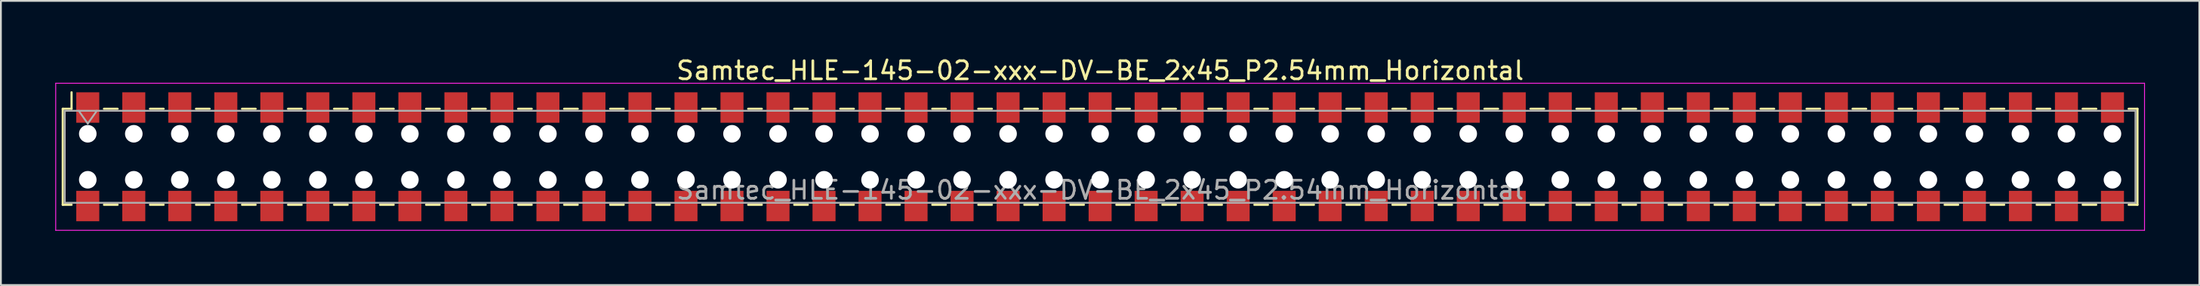
<source format=kicad_pcb>
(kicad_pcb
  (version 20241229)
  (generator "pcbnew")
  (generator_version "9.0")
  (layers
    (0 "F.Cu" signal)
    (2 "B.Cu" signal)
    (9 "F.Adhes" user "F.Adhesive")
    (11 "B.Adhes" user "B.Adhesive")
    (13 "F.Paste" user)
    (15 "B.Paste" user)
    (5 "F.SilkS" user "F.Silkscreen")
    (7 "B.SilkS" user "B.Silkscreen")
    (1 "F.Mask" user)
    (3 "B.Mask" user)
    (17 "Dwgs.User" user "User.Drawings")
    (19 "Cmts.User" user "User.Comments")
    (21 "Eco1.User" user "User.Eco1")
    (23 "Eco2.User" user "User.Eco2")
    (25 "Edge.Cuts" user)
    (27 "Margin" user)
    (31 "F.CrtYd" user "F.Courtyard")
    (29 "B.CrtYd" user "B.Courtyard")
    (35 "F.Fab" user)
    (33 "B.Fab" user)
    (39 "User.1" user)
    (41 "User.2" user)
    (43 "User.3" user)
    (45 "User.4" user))
  (footprint "Samtec_HLE-145-02-xxx-DV-BE_2x45_P2.54mm_Horizontal"
    (layer "F.Cu")
    (at 57.675 5.608)
    (property "Reference" "Samtec_HLE-145-02-xxx-DV-BE_2x45_P2.54mm_Horizontal" (at 0 -4.76 0) (layer "F.SilkS") (effects (font (size 1 1) (thickness 0.15))))
    (attr smd)
    (fp_line (start -57.26 -2.65) (end -57.26 2.65) (stroke (width 0.12) (type solid)) (layer "F.SilkS"))
    (fp_line (start -57.26 2.65) (end -56.775 2.65) (stroke (width 0.12) (type solid)) (layer "F.SilkS"))
    (fp_line (start -56.775 -3.56) (end -56.775 -2.65) (stroke (width 0.12) (type solid)) (layer "F.SilkS"))
    (fp_line (start -56.775 -2.65) (end -57.26 -2.65) (stroke (width 0.12) (type solid)) (layer "F.SilkS"))
    (fp_line (start -54.985 -2.65) (end -54.235 -2.65) (stroke (width 0.12) (type solid)) (layer "F.SilkS"))
    (fp_line (start -54.985 2.65) (end -54.235 2.65) (stroke (width 0.12) (type solid)) (layer "F.SilkS"))
    (fp_line (start -52.445 -2.65) (end -51.695 -2.65) (stroke (width 0.12) (type solid)) (layer "F.SilkS"))
    (fp_line (start -52.445 2.65) (end -51.695 2.65) (stroke (width 0.12) (type solid)) (layer "F.SilkS"))
    (fp_line (start -49.905 -2.65) (end -49.155 -2.65) (stroke (width 0.12) (type solid)) (layer "F.SilkS"))
    (fp_line (start -49.905 2.65) (end -49.155 2.65) (stroke (width 0.12) (type solid)) (layer "F.SilkS"))
    (fp_line (start -47.365 -2.65) (end -46.615 -2.65) (stroke (width 0.12) (type solid)) (layer "F.SilkS"))
    (fp_line (start -47.365 2.65) (end -46.615 2.65) (stroke (width 0.12) (type solid)) (layer "F.SilkS"))
    (fp_line (start -44.825 -2.65) (end -44.075 -2.65) (stroke (width 0.12) (type solid)) (layer "F.SilkS"))
    (fp_line (start -44.825 2.65) (end -44.075 2.65) (stroke (width 0.12) (type solid)) (layer "F.SilkS"))
    (fp_line (start -42.285 -2.65) (end -41.535 -2.65) (stroke (width 0.12) (type solid)) (layer "F.SilkS"))
    (fp_line (start -42.285 2.65) (end -41.535 2.65) (stroke (width 0.12) (type solid)) (layer "F.SilkS"))
    (fp_line (start -39.745 -2.65) (end -38.995 -2.65) (stroke (width 0.12) (type solid)) (layer "F.SilkS"))
    (fp_line (start -39.745 2.65) (end -38.995 2.65) (stroke (width 0.12) (type solid)) (layer "F.SilkS"))
    (fp_line (start -37.205 -2.65) (end -36.455 -2.65) (stroke (width 0.12) (type solid)) (layer "F.SilkS"))
    (fp_line (start -37.205 2.65) (end -36.455 2.65) (stroke (width 0.12) (type solid)) (layer "F.SilkS"))
    (fp_line (start -34.665 -2.65) (end -33.915 -2.65) (stroke (width 0.12) (type solid)) (layer "F.SilkS"))
    (fp_line (start -34.665 2.65) (end -33.915 2.65) (stroke (width 0.12) (type solid)) (layer "F.SilkS"))
    (fp_line (start -32.125 -2.65) (end -31.375 -2.65) (stroke (width 0.12) (type solid)) (layer "F.SilkS"))
    (fp_line (start -32.125 2.65) (end -31.375 2.65) (stroke (width 0.12) (type solid)) (layer "F.SilkS"))
    (fp_line (start -29.585 -2.65) (end -28.835 -2.65) (stroke (width 0.12) (type solid)) (layer "F.SilkS"))
    (fp_line (start -29.585 2.65) (end -28.835 2.65) (stroke (width 0.12) (type solid)) (layer "F.SilkS"))
    (fp_line (start -27.045 -2.65) (end -26.295 -2.65) (stroke (width 0.12) (type solid)) (layer "F.SilkS"))
    (fp_line (start -27.045 2.65) (end -26.295 2.65) (stroke (width 0.12) (type solid)) (layer "F.SilkS"))
    (fp_line (start -24.505 -2.65) (end -23.755 -2.65) (stroke (width 0.12) (type solid)) (layer "F.SilkS"))
    (fp_line (start -24.505 2.65) (end -23.755 2.65) (stroke (width 0.12) (type solid)) (layer "F.SilkS"))
    (fp_line (start -21.965 -2.65) (end -21.215 -2.65) (stroke (width 0.12) (type solid)) (layer "F.SilkS"))
    (fp_line (start -21.965 2.65) (end -21.215 2.65) (stroke (width 0.12) (type solid)) (layer "F.SilkS"))
    (fp_line (start -19.425 -2.65) (end -18.675 -2.65) (stroke (width 0.12) (type solid)) (layer "F.SilkS"))
    (fp_line (start -19.425 2.65) (end -18.675 2.65) (stroke (width 0.12) (type solid)) (layer "F.SilkS"))
    (fp_line (start -16.885 -2.65) (end -16.135 -2.65) (stroke (width 0.12) (type solid)) (layer "F.SilkS"))
    (fp_line (start -16.885 2.65) (end -16.135 2.65) (stroke (width 0.12) (type solid)) (layer "F.SilkS"))
    (fp_line (start -14.345 -2.65) (end -13.595 -2.65) (stroke (width 0.12) (type solid)) (layer "F.SilkS"))
    (fp_line (start -14.345 2.65) (end -13.595 2.65) (stroke (width 0.12) (type solid)) (layer "F.SilkS"))
    (fp_line (start -11.805 -2.65) (end -11.055 -2.65) (stroke (width 0.12) (type solid)) (layer "F.SilkS"))
    (fp_line (start -11.805 2.65) (end -11.055 2.65) (stroke (width 0.12) (type solid)) (layer "F.SilkS"))
    (fp_line (start -9.265 -2.65) (end -8.515 -2.65) (stroke (width 0.12) (type solid)) (layer "F.SilkS"))
    (fp_line (start -9.265 2.65) (end -8.515 2.65) (stroke (width 0.12) (type solid)) (layer "F.SilkS"))
    (fp_line (start -6.725 -2.65) (end -5.975 -2.65) (stroke (width 0.12) (type solid)) (layer "F.SilkS"))
    (fp_line (start -6.725 2.65) (end -5.975 2.65) (stroke (width 0.12) (type solid)) (layer "F.SilkS"))
    (fp_line (start -4.185 -2.65) (end -3.435 -2.65) (stroke (width 0.12) (type solid)) (layer "F.SilkS"))
    (fp_line (start -4.185 2.65) (end -3.435 2.65) (stroke (width 0.12) (type solid)) (layer "F.SilkS"))
    (fp_line (start -1.645 -2.65) (end -0.895 -2.65) (stroke (width 0.12) (type solid)) (layer "F.SilkS"))
    (fp_line (start -1.645 2.65) (end -0.895 2.65) (stroke (width 0.12) (type solid)) (layer "F.SilkS"))
    (fp_line (start 0.895 -2.65) (end 1.645 -2.65) (stroke (width 0.12) (type solid)) (layer "F.SilkS"))
    (fp_line (start 0.895 2.65) (end 1.645 2.65) (stroke (width 0.12) (type solid)) (layer "F.SilkS"))
    (fp_line (start 3.435 -2.65) (end 4.185 -2.65) (stroke (width 0.12) (type solid)) (layer "F.SilkS"))
    (fp_line (start 3.435 2.65) (end 4.185 2.65) (stroke (width 0.12) (type solid)) (layer "F.SilkS"))
    (fp_line (start 5.975 -2.65) (end 6.725 -2.65) (stroke (width 0.12) (type solid)) (layer "F.SilkS"))
    (fp_line (start 5.975 2.65) (end 6.725 2.65) (stroke (width 0.12) (type solid)) (layer "F.SilkS"))
    (fp_line (start 8.515 -2.65) (end 9.265 -2.65) (stroke (width 0.12) (type solid)) (layer "F.SilkS"))
    (fp_line (start 8.515 2.65) (end 9.265 2.65) (stroke (width 0.12) (type solid)) (layer "F.SilkS"))
    (fp_line (start 11.055 -2.65) (end 11.805 -2.65) (stroke (width 0.12) (type solid)) (layer "F.SilkS"))
    (fp_line (start 11.055 2.65) (end 11.805 2.65) (stroke (width 0.12) (type solid)) (layer "F.SilkS"))
    (fp_line (start 13.595 -2.65) (end 14.345 -2.65) (stroke (width 0.12) (type solid)) (layer "F.SilkS"))
    (fp_line (start 13.595 2.65) (end 14.345 2.65) (stroke (width 0.12) (type solid)) (layer "F.SilkS"))
    (fp_line (start 16.135 -2.65) (end 16.885 -2.65) (stroke (width 0.12) (type solid)) (layer "F.SilkS"))
    (fp_line (start 16.135 2.65) (end 16.885 2.65) (stroke (width 0.12) (type solid)) (layer "F.SilkS"))
    (fp_line (start 18.675 -2.65) (end 19.425 -2.65) (stroke (width 0.12) (type solid)) (layer "F.SilkS"))
    (fp_line (start 18.675 2.65) (end 19.425 2.65) (stroke (width 0.12) (type solid)) (layer "F.SilkS"))
    (fp_line (start 21.215 -2.65) (end 21.965 -2.65) (stroke (width 0.12) (type solid)) (layer "F.SilkS"))
    (fp_line (start 21.215 2.65) (end 21.965 2.65) (stroke (width 0.12) (type solid)) (layer "F.SilkS"))
    (fp_line (start 23.755 -2.65) (end 24.505 -2.65) (stroke (width 0.12) (type solid)) (layer "F.SilkS"))
    (fp_line (start 23.755 2.65) (end 24.505 2.65) (stroke (width 0.12) (type solid)) (layer "F.SilkS"))
    (fp_line (start 26.295 -2.65) (end 27.045 -2.65) (stroke (width 0.12) (type solid)) (layer "F.SilkS"))
    (fp_line (start 26.295 2.65) (end 27.045 2.65) (stroke (width 0.12) (type solid)) (layer "F.SilkS"))
    (fp_line (start 28.835 -2.65) (end 29.585 -2.65) (stroke (width 0.12) (type solid)) (layer "F.SilkS"))
    (fp_line (start 28.835 2.65) (end 29.585 2.65) (stroke (width 0.12) (type solid)) (layer "F.SilkS"))
    (fp_line (start 31.375 -2.65) (end 32.125 -2.65) (stroke (width 0.12) (type solid)) (layer "F.SilkS"))
    (fp_line (start 31.375 2.65) (end 32.125 2.65) (stroke (width 0.12) (type solid)) (layer "F.SilkS"))
    (fp_line (start 33.915 -2.65) (end 34.665 -2.65) (stroke (width 0.12) (type solid)) (layer "F.SilkS"))
    (fp_line (start 33.915 2.65) (end 34.665 2.65) (stroke (width 0.12) (type solid)) (layer "F.SilkS"))
    (fp_line (start 36.455 -2.65) (end 37.205 -2.65) (stroke (width 0.12) (type solid)) (layer "F.SilkS"))
    (fp_line (start 36.455 2.65) (end 37.205 2.65) (stroke (width 0.12) (type solid)) (layer "F.SilkS"))
    (fp_line (start 38.995 -2.65) (end 39.745 -2.65) (stroke (width 0.12) (type solid)) (layer "F.SilkS"))
    (fp_line (start 38.995 2.65) (end 39.745 2.65) (stroke (width 0.12) (type solid)) (layer "F.SilkS"))
    (fp_line (start 41.535 -2.65) (end 42.285 -2.65) (stroke (width 0.12) (type solid)) (layer "F.SilkS"))
    (fp_line (start 41.535 2.65) (end 42.285 2.65) (stroke (width 0.12) (type solid)) (layer "F.SilkS"))
    (fp_line (start 44.075 -2.65) (end 44.825 -2.65) (stroke (width 0.12) (type solid)) (layer "F.SilkS"))
    (fp_line (start 44.075 2.65) (end 44.825 2.65) (stroke (width 0.12) (type solid)) (layer "F.SilkS"))
    (fp_line (start 46.615 -2.65) (end 47.365 -2.65) (stroke (width 0.12) (type solid)) (layer "F.SilkS"))
    (fp_line (start 46.615 2.65) (end 47.365 2.65) (stroke (width 0.12) (type solid)) (layer "F.SilkS"))
    (fp_line (start 49.155 -2.65) (end 49.905 -2.65) (stroke (width 0.12) (type solid)) (layer "F.SilkS"))
    (fp_line (start 49.155 2.65) (end 49.905 2.65) (stroke (width 0.12) (type solid)) (layer "F.SilkS"))
    (fp_line (start 51.695 -2.65) (end 52.445 -2.65) (stroke (width 0.12) (type solid)) (layer "F.SilkS"))
    (fp_line (start 51.695 2.65) (end 52.445 2.65) (stroke (width 0.12) (type solid)) (layer "F.SilkS"))
    (fp_line (start 54.235 -2.65) (end 54.985 -2.65) (stroke (width 0.12) (type solid)) (layer "F.SilkS"))
    (fp_line (start 54.235 2.65) (end 54.985 2.65) (stroke (width 0.12) (type solid)) (layer "F.SilkS"))
    (fp_line (start 56.775 -2.65) (end 57.26 -2.65) (stroke (width 0.12) (type solid)) (layer "F.SilkS"))
    (fp_line (start 57.26 -2.65) (end 57.26 2.65) (stroke (width 0.12) (type solid)) (layer "F.SilkS"))
    (fp_line (start 57.26 2.65) (end 56.775 2.65) (stroke (width 0.12) (type solid)) (layer "F.SilkS"))
    (fp_line (start -57.65 -4.06) (end 57.65 -4.06) (stroke (width 0.05) (type solid)) (layer "F.CrtYd"))
    (fp_line (start -57.65 4.06) (end -57.65 -4.06) (stroke (width 0.05) (type solid)) (layer "F.CrtYd"))
    (fp_line (start 57.65 -4.06) (end 57.65 4.06) (stroke (width 0.05) (type solid)) (layer "F.CrtYd"))
    (fp_line (start 57.65 4.06) (end -57.65 4.06) (stroke (width 0.05) (type solid)) (layer "F.CrtYd"))
    (fp_line (start -57.15 -2.54) (end 57.15 -2.54) (stroke (width 0.1) (type solid)) (layer "F.Fab"))
    (fp_line (start -57.15 2.54) (end -57.15 -2.54) (stroke (width 0.1) (type solid)) (layer "F.Fab"))
    (fp_line (start -56.38 -2.54) (end -55.88 -1.833) (stroke (width 0.1) (type solid)) (layer "F.Fab"))
    (fp_line (start -55.88 -1.833) (end -55.38 -2.54) (stroke (width 0.1) (type solid)) (layer "F.Fab"))
    (fp_line (start 57.15 -2.54) (end 57.15 2.54) (stroke (width 0.1) (type solid)) (layer "F.Fab"))
    (fp_line (start 57.15 2.54) (end -57.15 2.54) (stroke (width 0.1) (type solid)) (layer "F.Fab"))
    (fp_text user "${REFERENCE}" (at 0 1.84 0) (layer "F.Fab") (effects (font (size 1 1) (thickness 0.15))))
    (pad "" np_thru_hole circle (at -55.88 -1.27) (size 0.97 0.97) (drill 0.97) (layers "*.Cu" "*.Mask"))
    (pad "" np_thru_hole circle (at -55.88 1.27) (size 0.97 0.97) (drill 0.97) (layers "*.Cu" "*.Mask"))
    (pad "" np_thru_hole circle (at -53.34 -1.27) (size 0.97 0.97) (drill 0.97) (layers "*.Cu" "*.Mask"))
    (pad "" np_thru_hole circle (at -53.34 1.27) (size 0.97 0.97) (drill 0.97) (layers "*.Cu" "*.Mask"))
    (pad "" np_thru_hole circle (at -50.8 -1.27) (size 0.97 0.97) (drill 0.97) (layers "*.Cu" "*.Mask"))
    (pad "" np_thru_hole circle (at -50.8 1.27) (size 0.97 0.97) (drill 0.97) (layers "*.Cu" "*.Mask"))
    (pad "" np_thru_hole circle (at -48.26 -1.27) (size 0.97 0.97) (drill 0.97) (layers "*.Cu" "*.Mask"))
    (pad "" np_thru_hole circle (at -48.26 1.27) (size 0.97 0.97) (drill 0.97) (layers "*.Cu" "*.Mask"))
    (pad "" np_thru_hole circle (at -45.72 -1.27) (size 0.97 0.97) (drill 0.97) (layers "*.Cu" "*.Mask"))
    (pad "" np_thru_hole circle (at -45.72 1.27) (size 0.97 0.97) (drill 0.97) (layers "*.Cu" "*.Mask"))
    (pad "" np_thru_hole circle (at -43.18 -1.27) (size 0.97 0.97) (drill 0.97) (layers "*.Cu" "*.Mask"))
    (pad "" np_thru_hole circle (at -43.18 1.27) (size 0.97 0.97) (drill 0.97) (layers "*.Cu" "*.Mask"))
    (pad "" np_thru_hole circle (at -40.64 -1.27) (size 0.97 0.97) (drill 0.97) (layers "*.Cu" "*.Mask"))
    (pad "" np_thru_hole circle (at -40.64 1.27) (size 0.97 0.97) (drill 0.97) (layers "*.Cu" "*.Mask"))
    (pad "" np_thru_hole circle (at -38.1 -1.27) (size 0.97 0.97) (drill 0.97) (layers "*.Cu" "*.Mask"))
    (pad "" np_thru_hole circle (at -38.1 1.27) (size 0.97 0.97) (drill 0.97) (layers "*.Cu" "*.Mask"))
    (pad "" np_thru_hole circle (at -35.56 -1.27) (size 0.97 0.97) (drill 0.97) (layers "*.Cu" "*.Mask"))
    (pad "" np_thru_hole circle (at -35.56 1.27) (size 0.97 0.97) (drill 0.97) (layers "*.Cu" "*.Mask"))
    (pad "" np_thru_hole circle (at -33.02 -1.27) (size 0.97 0.97) (drill 0.97) (layers "*.Cu" "*.Mask"))
    (pad "" np_thru_hole circle (at -33.02 1.27) (size 0.97 0.97) (drill 0.97) (layers "*.Cu" "*.Mask"))
    (pad "" np_thru_hole circle (at -30.48 -1.27) (size 0.97 0.97) (drill 0.97) (layers "*.Cu" "*.Mask"))
    (pad "" np_thru_hole circle (at -30.48 1.27) (size 0.97 0.97) (drill 0.97) (layers "*.Cu" "*.Mask"))
    (pad "" np_thru_hole circle (at -27.94 -1.27) (size 0.97 0.97) (drill 0.97) (layers "*.Cu" "*.Mask"))
    (pad "" np_thru_hole circle (at -27.94 1.27) (size 0.97 0.97) (drill 0.97) (layers "*.Cu" "*.Mask"))
    (pad "" np_thru_hole circle (at -25.4 -1.27) (size 0.97 0.97) (drill 0.97) (layers "*.Cu" "*.Mask"))
    (pad "" np_thru_hole circle (at -25.4 1.27) (size 0.97 0.97) (drill 0.97) (layers "*.Cu" "*.Mask"))
    (pad "" np_thru_hole circle (at -22.86 -1.27) (size 0.97 0.97) (drill 0.97) (layers "*.Cu" "*.Mask"))
    (pad "" np_thru_hole circle (at -22.86 1.27) (size 0.97 0.97) (drill 0.97) (layers "*.Cu" "*.Mask"))
    (pad "" np_thru_hole circle (at -20.32 -1.27) (size 0.97 0.97) (drill 0.97) (layers "*.Cu" "*.Mask"))
    (pad "" np_thru_hole circle (at -20.32 1.27) (size 0.97 0.97) (drill 0.97) (layers "*.Cu" "*.Mask"))
    (pad "" np_thru_hole circle (at -17.78 -1.27) (size 0.97 0.97) (drill 0.97) (layers "*.Cu" "*.Mask"))
    (pad "" np_thru_hole circle (at -17.78 1.27) (size 0.97 0.97) (drill 0.97) (layers "*.Cu" "*.Mask"))
    (pad "" np_thru_hole circle (at -15.24 -1.27) (size 0.97 0.97) (drill 0.97) (layers "*.Cu" "*.Mask"))
    (pad "" np_thru_hole circle (at -15.24 1.27) (size 0.97 0.97) (drill 0.97) (layers "*.Cu" "*.Mask"))
    (pad "" np_thru_hole circle (at -12.7 -1.27) (size 0.97 0.97) (drill 0.97) (layers "*.Cu" "*.Mask"))
    (pad "" np_thru_hole circle (at -12.7 1.27) (size 0.97 0.97) (drill 0.97) (layers "*.Cu" "*.Mask"))
    (pad "" np_thru_hole circle (at -10.16 -1.27) (size 0.97 0.97) (drill 0.97) (layers "*.Cu" "*.Mask"))
    (pad "" np_thru_hole circle (at -10.16 1.27) (size 0.97 0.97) (drill 0.97) (layers "*.Cu" "*.Mask"))
    (pad "" np_thru_hole circle (at -7.62 -1.27) (size 0.97 0.97) (drill 0.97) (layers "*.Cu" "*.Mask"))
    (pad "" np_thru_hole circle (at -7.62 1.27) (size 0.97 0.97) (drill 0.97) (layers "*.Cu" "*.Mask"))
    (pad "" np_thru_hole circle (at -5.08 -1.27) (size 0.97 0.97) (drill 0.97) (layers "*.Cu" "*.Mask"))
    (pad "" np_thru_hole circle (at -5.08 1.27) (size 0.97 0.97) (drill 0.97) (layers "*.Cu" "*.Mask"))
    (pad "" np_thru_hole circle (at -2.54 -1.27) (size 0.97 0.97) (drill 0.97) (layers "*.Cu" "*.Mask"))
    (pad "" np_thru_hole circle (at -2.54 1.27) (size 0.97 0.97) (drill 0.97) (layers "*.Cu" "*.Mask"))
    (pad "" np_thru_hole circle (at 0 -1.27) (size 0.97 0.97) (drill 0.97) (layers "*.Cu" "*.Mask"))
    (pad "" np_thru_hole circle (at 0 1.27) (size 0.97 0.97) (drill 0.97) (layers "*.Cu" "*.Mask"))
    (pad "" np_thru_hole circle (at 2.54 -1.27) (size 0.97 0.97) (drill 0.97) (layers "*.Cu" "*.Mask"))
    (pad "" np_thru_hole circle (at 2.54 1.27) (size 0.97 0.97) (drill 0.97) (layers "*.Cu" "*.Mask"))
    (pad "" np_thru_hole circle (at 5.08 -1.27) (size 0.97 0.97) (drill 0.97) (layers "*.Cu" "*.Mask"))
    (pad "" np_thru_hole circle (at 5.08 1.27) (size 0.97 0.97) (drill 0.97) (layers "*.Cu" "*.Mask"))
    (pad "" np_thru_hole circle (at 7.62 -1.27) (size 0.97 0.97) (drill 0.97) (layers "*.Cu" "*.Mask"))
    (pad "" np_thru_hole circle (at 7.62 1.27) (size 0.97 0.97) (drill 0.97) (layers "*.Cu" "*.Mask"))
    (pad "" np_thru_hole circle (at 10.16 -1.27) (size 0.97 0.97) (drill 0.97) (layers "*.Cu" "*.Mask"))
    (pad "" np_thru_hole circle (at 10.16 1.27) (size 0.97 0.97) (drill 0.97) (layers "*.Cu" "*.Mask"))
    (pad "" np_thru_hole circle (at 12.7 -1.27) (size 0.97 0.97) (drill 0.97) (layers "*.Cu" "*.Mask"))
    (pad "" np_thru_hole circle (at 12.7 1.27) (size 0.97 0.97) (drill 0.97) (layers "*.Cu" "*.Mask"))
    (pad "" np_thru_hole circle (at 15.24 -1.27) (size 0.97 0.97) (drill 0.97) (layers "*.Cu" "*.Mask"))
    (pad "" np_thru_hole circle (at 15.24 1.27) (size 0.97 0.97) (drill 0.97) (layers "*.Cu" "*.Mask"))
    (pad "" np_thru_hole circle (at 17.78 -1.27) (size 0.97 0.97) (drill 0.97) (layers "*.Cu" "*.Mask"))
    (pad "" np_thru_hole circle (at 17.78 1.27) (size 0.97 0.97) (drill 0.97) (layers "*.Cu" "*.Mask"))
    (pad "" np_thru_hole circle (at 20.32 -1.27) (size 0.97 0.97) (drill 0.97) (layers "*.Cu" "*.Mask"))
    (pad "" np_thru_hole circle (at 20.32 1.27) (size 0.97 0.97) (drill 0.97) (layers "*.Cu" "*.Mask"))
    (pad "" np_thru_hole circle (at 22.86 -1.27) (size 0.97 0.97) (drill 0.97) (layers "*.Cu" "*.Mask"))
    (pad "" np_thru_hole circle (at 22.86 1.27) (size 0.97 0.97) (drill 0.97) (layers "*.Cu" "*.Mask"))
    (pad "" np_thru_hole circle (at 25.4 -1.27) (size 0.97 0.97) (drill 0.97) (layers "*.Cu" "*.Mask"))
    (pad "" np_thru_hole circle (at 25.4 1.27) (size 0.97 0.97) (drill 0.97) (layers "*.Cu" "*.Mask"))
    (pad "" np_thru_hole circle (at 27.94 -1.27) (size 0.97 0.97) (drill 0.97) (layers "*.Cu" "*.Mask"))
    (pad "" np_thru_hole circle (at 27.94 1.27) (size 0.97 0.97) (drill 0.97) (layers "*.Cu" "*.Mask"))
    (pad "" np_thru_hole circle (at 30.48 -1.27) (size 0.97 0.97) (drill 0.97) (layers "*.Cu" "*.Mask"))
    (pad "" np_thru_hole circle (at 30.48 1.27) (size 0.97 0.97) (drill 0.97) (layers "*.Cu" "*.Mask"))
    (pad "" np_thru_hole circle (at 33.02 -1.27) (size 0.97 0.97) (drill 0.97) (layers "*.Cu" "*.Mask"))
    (pad "" np_thru_hole circle (at 33.02 1.27) (size 0.97 0.97) (drill 0.97) (layers "*.Cu" "*.Mask"))
    (pad "" np_thru_hole circle (at 35.56 -1.27) (size 0.97 0.97) (drill 0.97) (layers "*.Cu" "*.Mask"))
    (pad "" np_thru_hole circle (at 35.56 1.27) (size 0.97 0.97) (drill 0.97) (layers "*.Cu" "*.Mask"))
    (pad "" np_thru_hole circle (at 38.1 -1.27) (size 0.97 0.97) (drill 0.97) (layers "*.Cu" "*.Mask"))
    (pad "" np_thru_hole circle (at 38.1 1.27) (size 0.97 0.97) (drill 0.97) (layers "*.Cu" "*.Mask"))
    (pad "" np_thru_hole circle (at 40.64 -1.27) (size 0.97 0.97) (drill 0.97) (layers "*.Cu" "*.Mask"))
    (pad "" np_thru_hole circle (at 40.64 1.27) (size 0.97 0.97) (drill 0.97) (layers "*.Cu" "*.Mask"))
    (pad "" np_thru_hole circle (at 43.18 -1.27) (size 0.97 0.97) (drill 0.97) (layers "*.Cu" "*.Mask"))
    (pad "" np_thru_hole circle (at 43.18 1.27) (size 0.97 0.97) (drill 0.97) (layers "*.Cu" "*.Mask"))
    (pad "" np_thru_hole circle (at 45.72 -1.27) (size 0.97 0.97) (drill 0.97) (layers "*.Cu" "*.Mask"))
    (pad "" np_thru_hole circle (at 45.72 1.27) (size 0.97 0.97) (drill 0.97) (layers "*.Cu" "*.Mask"))
    (pad "" np_thru_hole circle (at 48.26 -1.27) (size 0.97 0.97) (drill 0.97) (layers "*.Cu" "*.Mask"))
    (pad "" np_thru_hole circle (at 48.26 1.27) (size 0.97 0.97) (drill 0.97) (layers "*.Cu" "*.Mask"))
    (pad "" np_thru_hole circle (at 50.8 -1.27) (size 0.97 0.97) (drill 0.97) (layers "*.Cu" "*.Mask"))
    (pad "" np_thru_hole circle (at 50.8 1.27) (size 0.97 0.97) (drill 0.97) (layers "*.Cu" "*.Mask"))
    (pad "" np_thru_hole circle (at 53.34 -1.27) (size 0.97 0.97) (drill 0.97) (layers "*.Cu" "*.Mask"))
    (pad "" np_thru_hole circle (at 53.34 1.27) (size 0.97 0.97) (drill 0.97) (layers "*.Cu" "*.Mask"))
    (pad "" np_thru_hole circle (at 55.88 -1.27) (size 0.97 0.97) (drill 0.97) (layers "*.Cu" "*.Mask"))
    (pad "" np_thru_hole circle (at 55.88 1.27) (size 0.97 0.97) (drill 0.97) (layers "*.Cu" "*.Mask"))
    (pad "1" smd rect (at -55.88 -2.72) (size 1.27 1.68) (layers "F.Cu" "F.Mask" "F.Paste"))
    (pad "2" smd rect (at -55.88 2.72) (size 1.27 1.68) (layers "F.Cu" "F.Mask" "F.Paste"))
    (pad "3" smd rect (at -53.34 -2.72) (size 1.27 1.68) (layers "F.Cu" "F.Mask" "F.Paste"))
    (pad "4" smd rect (at -53.34 2.72) (size 1.27 1.68) (layers "F.Cu" "F.Mask" "F.Paste"))
    (pad "5" smd rect (at -50.8 -2.72) (size 1.27 1.68) (layers "F.Cu" "F.Mask" "F.Paste"))
    (pad "6" smd rect (at -50.8 2.72) (size 1.27 1.68) (layers "F.Cu" "F.Mask" "F.Paste"))
    (pad "7" smd rect (at -48.26 -2.72) (size 1.27 1.68) (layers "F.Cu" "F.Mask" "F.Paste"))
    (pad "8" smd rect (at -48.26 2.72) (size 1.27 1.68) (layers "F.Cu" "F.Mask" "F.Paste"))
    (pad "9" smd rect (at -45.72 -2.72) (size 1.27 1.68) (layers "F.Cu" "F.Mask" "F.Paste"))
    (pad "10" smd rect (at -45.72 2.72) (size 1.27 1.68) (layers "F.Cu" "F.Mask" "F.Paste"))
    (pad "11" smd rect (at -43.18 -2.72) (size 1.27 1.68) (layers "F.Cu" "F.Mask" "F.Paste"))
    (pad "12" smd rect (at -43.18 2.72) (size 1.27 1.68) (layers "F.Cu" "F.Mask" "F.Paste"))
    (pad "13" smd rect (at -40.64 -2.72) (size 1.27 1.68) (layers "F.Cu" "F.Mask" "F.Paste"))
    (pad "14" smd rect (at -40.64 2.72) (size 1.27 1.68) (layers "F.Cu" "F.Mask" "F.Paste"))
    (pad "15" smd rect (at -38.1 -2.72) (size 1.27 1.68) (layers "F.Cu" "F.Mask" "F.Paste"))
    (pad "16" smd rect (at -38.1 2.72) (size 1.27 1.68) (layers "F.Cu" "F.Mask" "F.Paste"))
    (pad "17" smd rect (at -35.56 -2.72) (size 1.27 1.68) (layers "F.Cu" "F.Mask" "F.Paste"))
    (pad "18" smd rect (at -35.56 2.72) (size 1.27 1.68) (layers "F.Cu" "F.Mask" "F.Paste"))
    (pad "19" smd rect (at -33.02 -2.72) (size 1.27 1.68) (layers "F.Cu" "F.Mask" "F.Paste"))
    (pad "20" smd rect (at -33.02 2.72) (size 1.27 1.68) (layers "F.Cu" "F.Mask" "F.Paste"))
    (pad "21" smd rect (at -30.48 -2.72) (size 1.27 1.68) (layers "F.Cu" "F.Mask" "F.Paste"))
    (pad "22" smd rect (at -30.48 2.72) (size 1.27 1.68) (layers "F.Cu" "F.Mask" "F.Paste"))
    (pad "23" smd rect (at -27.94 -2.72) (size 1.27 1.68) (layers "F.Cu" "F.Mask" "F.Paste"))
    (pad "24" smd rect (at -27.94 2.72) (size 1.27 1.68) (layers "F.Cu" "F.Mask" "F.Paste"))
    (pad "25" smd rect (at -25.4 -2.72) (size 1.27 1.68) (layers "F.Cu" "F.Mask" "F.Paste"))
    (pad "26" smd rect (at -25.4 2.72) (size 1.27 1.68) (layers "F.Cu" "F.Mask" "F.Paste"))
    (pad "27" smd rect (at -22.86 -2.72) (size 1.27 1.68) (layers "F.Cu" "F.Mask" "F.Paste"))
    (pad "28" smd rect (at -22.86 2.72) (size 1.27 1.68) (layers "F.Cu" "F.Mask" "F.Paste"))
    (pad "29" smd rect (at -20.32 -2.72) (size 1.27 1.68) (layers "F.Cu" "F.Mask" "F.Paste"))
    (pad "30" smd rect (at -20.32 2.72) (size 1.27 1.68) (layers "F.Cu" "F.Mask" "F.Paste"))
    (pad "31" smd rect (at -17.78 -2.72) (size 1.27 1.68) (layers "F.Cu" "F.Mask" "F.Paste"))
    (pad "32" smd rect (at -17.78 2.72) (size 1.27 1.68) (layers "F.Cu" "F.Mask" "F.Paste"))
    (pad "33" smd rect (at -15.24 -2.72) (size 1.27 1.68) (layers "F.Cu" "F.Mask" "F.Paste"))
    (pad "34" smd rect (at -15.24 2.72) (size 1.27 1.68) (layers "F.Cu" "F.Mask" "F.Paste"))
    (pad "35" smd rect (at -12.7 -2.72) (size 1.27 1.68) (layers "F.Cu" "F.Mask" "F.Paste"))
    (pad "36" smd rect (at -12.7 2.72) (size 1.27 1.68) (layers "F.Cu" "F.Mask" "F.Paste"))
    (pad "37" smd rect (at -10.16 -2.72) (size 1.27 1.68) (layers "F.Cu" "F.Mask" "F.Paste"))
    (pad "38" smd rect (at -10.16 2.72) (size 1.27 1.68) (layers "F.Cu" "F.Mask" "F.Paste"))
    (pad "39" smd rect (at -7.62 -2.72) (size 1.27 1.68) (layers "F.Cu" "F.Mask" "F.Paste"))
    (pad "40" smd rect (at -7.62 2.72) (size 1.27 1.68) (layers "F.Cu" "F.Mask" "F.Paste"))
    (pad "41" smd rect (at -5.08 -2.72) (size 1.27 1.68) (layers "F.Cu" "F.Mask" "F.Paste"))
    (pad "42" smd rect (at -5.08 2.72) (size 1.27 1.68) (layers "F.Cu" "F.Mask" "F.Paste"))
    (pad "43" smd rect (at -2.54 -2.72) (size 1.27 1.68) (layers "F.Cu" "F.Mask" "F.Paste"))
    (pad "44" smd rect (at -2.54 2.72) (size 1.27 1.68) (layers "F.Cu" "F.Mask" "F.Paste"))
    (pad "45" smd rect (at 0 -2.72) (size 1.27 1.68) (layers "F.Cu" "F.Mask" "F.Paste"))
    (pad "46" smd rect (at 0 2.72) (size 1.27 1.68) (layers "F.Cu" "F.Mask" "F.Paste"))
    (pad "47" smd rect (at 2.54 -2.72) (size 1.27 1.68) (layers "F.Cu" "F.Mask" "F.Paste"))
    (pad "48" smd rect (at 2.54 2.72) (size 1.27 1.68) (layers "F.Cu" "F.Mask" "F.Paste"))
    (pad "49" smd rect (at 5.08 -2.72) (size 1.27 1.68) (layers "F.Cu" "F.Mask" "F.Paste"))
    (pad "50" smd rect (at 5.08 2.72) (size 1.27 1.68) (layers "F.Cu" "F.Mask" "F.Paste"))
    (pad "51" smd rect (at 7.62 -2.72) (size 1.27 1.68) (layers "F.Cu" "F.Mask" "F.Paste"))
    (pad "52" smd rect (at 7.62 2.72) (size 1.27 1.68) (layers "F.Cu" "F.Mask" "F.Paste"))
    (pad "53" smd rect (at 10.16 -2.72) (size 1.27 1.68) (layers "F.Cu" "F.Mask" "F.Paste"))
    (pad "54" smd rect (at 10.16 2.72) (size 1.27 1.68) (layers "F.Cu" "F.Mask" "F.Paste"))
    (pad "55" smd rect (at 12.7 -2.72) (size 1.27 1.68) (layers "F.Cu" "F.Mask" "F.Paste"))
    (pad "56" smd rect (at 12.7 2.72) (size 1.27 1.68) (layers "F.Cu" "F.Mask" "F.Paste"))
    (pad "57" smd rect (at 15.24 -2.72) (size 1.27 1.68) (layers "F.Cu" "F.Mask" "F.Paste"))
    (pad "58" smd rect (at 15.24 2.72) (size 1.27 1.68) (layers "F.Cu" "F.Mask" "F.Paste"))
    (pad "59" smd rect (at 17.78 -2.72) (size 1.27 1.68) (layers "F.Cu" "F.Mask" "F.Paste"))
    (pad "60" smd rect (at 17.78 2.72) (size 1.27 1.68) (layers "F.Cu" "F.Mask" "F.Paste"))
    (pad "61" smd rect (at 20.32 -2.72) (size 1.27 1.68) (layers "F.Cu" "F.Mask" "F.Paste"))
    (pad "62" smd rect (at 20.32 2.72) (size 1.27 1.68) (layers "F.Cu" "F.Mask" "F.Paste"))
    (pad "63" smd rect (at 22.86 -2.72) (size 1.27 1.68) (layers "F.Cu" "F.Mask" "F.Paste"))
    (pad "64" smd rect (at 22.86 2.72) (size 1.27 1.68) (layers "F.Cu" "F.Mask" "F.Paste"))
    (pad "65" smd rect (at 25.4 -2.72) (size 1.27 1.68) (layers "F.Cu" "F.Mask" "F.Paste"))
    (pad "66" smd rect (at 25.4 2.72) (size 1.27 1.68) (layers "F.Cu" "F.Mask" "F.Paste"))
    (pad "67" smd rect (at 27.94 -2.72) (size 1.27 1.68) (layers "F.Cu" "F.Mask" "F.Paste"))
    (pad "68" smd rect (at 27.94 2.72) (size 1.27 1.68) (layers "F.Cu" "F.Mask" "F.Paste"))
    (pad "69" smd rect (at 30.48 -2.72) (size 1.27 1.68) (layers "F.Cu" "F.Mask" "F.Paste"))
    (pad "70" smd rect (at 30.48 2.72) (size 1.27 1.68) (layers "F.Cu" "F.Mask" "F.Paste"))
    (pad "71" smd rect (at 33.02 -2.72) (size 1.27 1.68) (layers "F.Cu" "F.Mask" "F.Paste"))
    (pad "72" smd rect (at 33.02 2.72) (size 1.27 1.68) (layers "F.Cu" "F.Mask" "F.Paste"))
    (pad "73" smd rect (at 35.56 -2.72) (size 1.27 1.68) (layers "F.Cu" "F.Mask" "F.Paste"))
    (pad "74" smd rect (at 35.56 2.72) (size 1.27 1.68) (layers "F.Cu" "F.Mask" "F.Paste"))
    (pad "75" smd rect (at 38.1 -2.72) (size 1.27 1.68) (layers "F.Cu" "F.Mask" "F.Paste"))
    (pad "76" smd rect (at 38.1 2.72) (size 1.27 1.68) (layers "F.Cu" "F.Mask" "F.Paste"))
    (pad "77" smd rect (at 40.64 -2.72) (size 1.27 1.68) (layers "F.Cu" "F.Mask" "F.Paste"))
    (pad "78" smd rect (at 40.64 2.72) (size 1.27 1.68) (layers "F.Cu" "F.Mask" "F.Paste"))
    (pad "79" smd rect (at 43.18 -2.72) (size 1.27 1.68) (layers "F.Cu" "F.Mask" "F.Paste"))
    (pad "80" smd rect (at 43.18 2.72) (size 1.27 1.68) (layers "F.Cu" "F.Mask" "F.Paste"))
    (pad "81" smd rect (at 45.72 -2.72) (size 1.27 1.68) (layers "F.Cu" "F.Mask" "F.Paste"))
    (pad "82" smd rect (at 45.72 2.72) (size 1.27 1.68) (layers "F.Cu" "F.Mask" "F.Paste"))
    (pad "83" smd rect (at 48.26 -2.72) (size 1.27 1.68) (layers "F.Cu" "F.Mask" "F.Paste"))
    (pad "84" smd rect (at 48.26 2.72) (size 1.27 1.68) (layers "F.Cu" "F.Mask" "F.Paste"))
    (pad "85" smd rect (at 50.8 -2.72) (size 1.27 1.68) (layers "F.Cu" "F.Mask" "F.Paste"))
    (pad "86" smd rect (at 50.8 2.72) (size 1.27 1.68) (layers "F.Cu" "F.Mask" "F.Paste"))
    (pad "87" smd rect (at 53.34 -2.72) (size 1.27 1.68) (layers "F.Cu" "F.Mask" "F.Paste"))
    (pad "88" smd rect (at 53.34 2.72) (size 1.27 1.68) (layers "F.Cu" "F.Mask" "F.Paste"))
    (pad "89" smd rect (at 55.88 -2.72) (size 1.27 1.68) (layers "F.Cu" "F.Mask" "F.Paste"))
    (pad "90" smd rect (at 55.88 2.72) (size 1.27 1.68) (layers "F.Cu" "F.Mask" "F.Paste")))
  (gr_rect
    (start -3 -3)
    (end 118.35 12.693)
    (stroke (width 0.1) (type default))
    (fill no)
    (layer "Edge.Cuts")))
</source>
